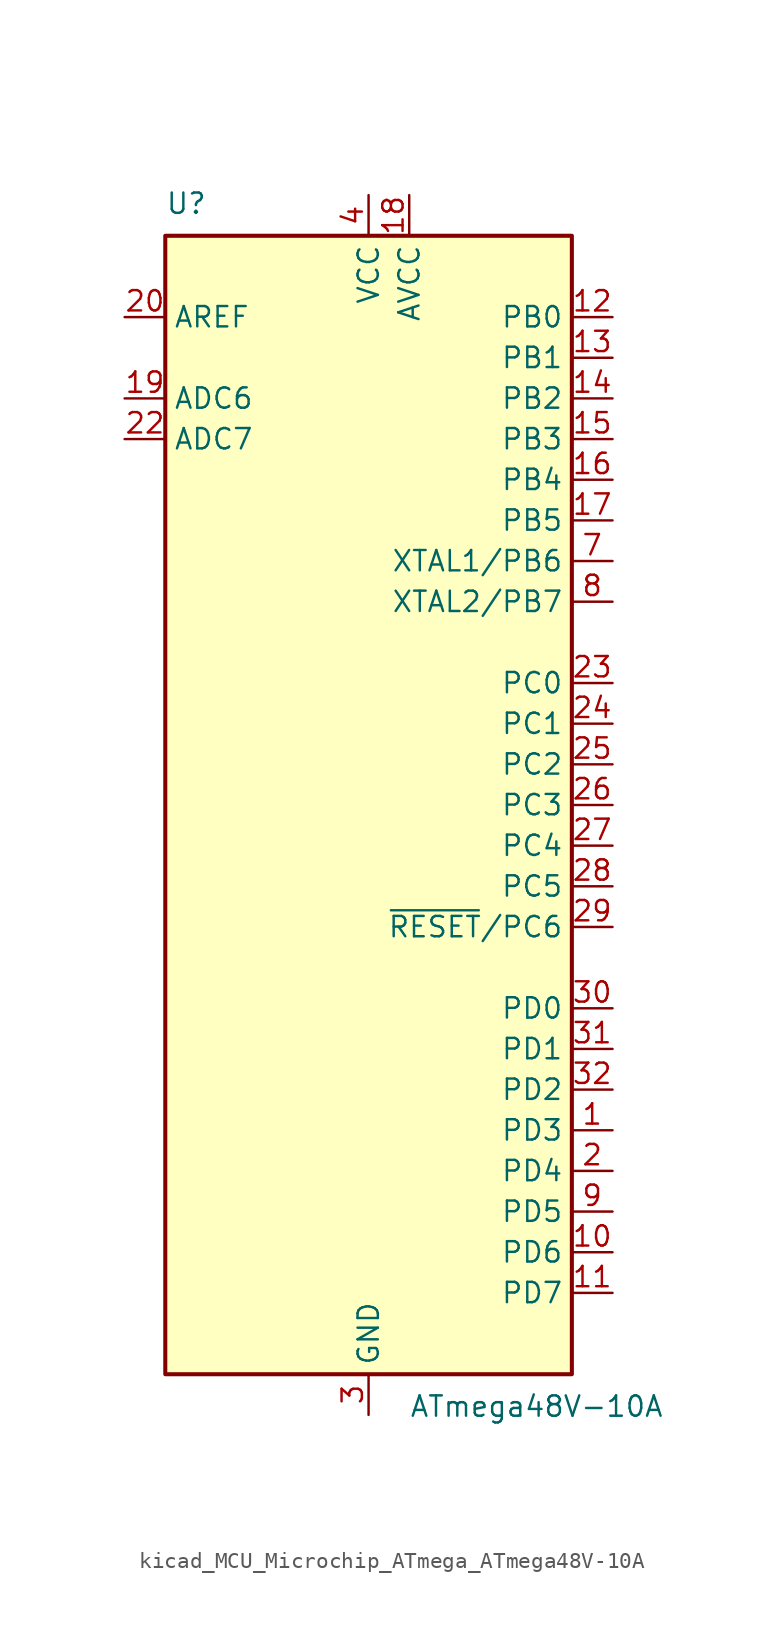
<source format=kicad_sym>
(kicad_symbol_lib
  (version 20220914)
  (generator kicad_symbol_editor)
  (symbol "kicad_MCU_Microchip_ATmega_ATmega48V-10A"
    (property "Reference" "U"
      (at -12.7 36.83 0)
      (effects (font (size 1.27 1.27)) (justify left bottom)))
    (property "Value" "ATmega48V-10A"
      (at 2.54 -36.83 0)
      (effects (font (size 1.27 1.27)) (justify left top)))
    (symbol "kicad_MCU_Microchip_ATmega_ATmega48V-10A_0_1"
      (rectangle (start -12.7 -35.56) (end 12.7 35.56) (stroke (width 0.254) (type default)) (fill (type background))))
    (symbol "kicad_MCU_Microchip_ATmega_ATmega48V-10A_1_1"
      (pin bidirectional line (at 15.24 -20.32 180) (length 2.54) (name "PD3" (effects (font (size 1.27 1.27)))) (number "1" (effects (font (size 1.27 1.27)))))
      (pin bidirectional line (at 15.24 -27.94 180) (length 2.54) (name "PD6" (effects (font (size 1.27 1.27)))) (number "10" (effects (font (size 1.27 1.27)))))
      (pin bidirectional line (at 15.24 -30.48 180) (length 2.54) (name "PD7" (effects (font (size 1.27 1.27)))) (number "11" (effects (font (size 1.27 1.27)))))
      (pin bidirectional line (at 15.24 30.48 180) (length 2.54) (name "PB0" (effects (font (size 1.27 1.27)))) (number "12" (effects (font (size 1.27 1.27)))))
      (pin bidirectional line (at 15.24 27.94 180) (length 2.54) (name "PB1" (effects (font (size 1.27 1.27)))) (number "13" (effects (font (size 1.27 1.27)))))
      (pin bidirectional line (at 15.24 25.4 180) (length 2.54) (name "PB2" (effects (font (size 1.27 1.27)))) (number "14" (effects (font (size 1.27 1.27)))))
      (pin bidirectional line (at 15.24 22.86 180) (length 2.54) (name "PB3" (effects (font (size 1.27 1.27)))) (number "15" (effects (font (size 1.27 1.27)))))
      (pin bidirectional line (at 15.24 20.32 180) (length 2.54) (name "PB4" (effects (font (size 1.27 1.27)))) (number "16" (effects (font (size 1.27 1.27)))))
      (pin bidirectional line (at 15.24 17.78 180) (length 2.54) (name "PB5" (effects (font (size 1.27 1.27)))) (number "17" (effects (font (size 1.27 1.27)))))
      (pin power_in line (at 2.54 38.1 270) (length 2.54) (name "AVCC" (effects (font (size 1.27 1.27)))) (number "18" (effects (font (size 1.27 1.27)))))
      (pin input line (at -15.24 25.4 0) (length 2.54) (name "ADC6" (effects (font (size 1.27 1.27)))) (number "19" (effects (font (size 1.27 1.27)))))
      (pin bidirectional line (at 15.24 -22.86 180) (length 2.54) (name "PD4" (effects (font (size 1.27 1.27)))) (number "2" (effects (font (size 1.27 1.27)))))
      (pin passive line (at -15.24 30.48 0) (length 2.54) (name "AREF" (effects (font (size 1.27 1.27)))) (number "20" (effects (font (size 1.27 1.27)))))
      (pin passive line (at 0 -38.1 90) (length 2.54) hide (name "GND" (effects (font (size 1.27 1.27)))) (number "21" (effects (font (size 1.27 1.27)))))
      (pin input line (at -15.24 22.86 0) (length 2.54) (name "ADC7" (effects (font (size 1.27 1.27)))) (number "22" (effects (font (size 1.27 1.27)))))
      (pin bidirectional line (at 15.24 7.62 180) (length 2.54) (name "PC0" (effects (font (size 1.27 1.27)))) (number "23" (effects (font (size 1.27 1.27)))))
      (pin bidirectional line (at 15.24 5.08 180) (length 2.54) (name "PC1" (effects (font (size 1.27 1.27)))) (number "24" (effects (font (size 1.27 1.27)))))
      (pin bidirectional line (at 15.24 2.54 180) (length 2.54) (name "PC2" (effects (font (size 1.27 1.27)))) (number "25" (effects (font (size 1.27 1.27)))))
      (pin bidirectional line (at 15.24 0 180) (length 2.54) (name "PC3" (effects (font (size 1.27 1.27)))) (number "26" (effects (font (size 1.27 1.27)))))
      (pin bidirectional line (at 15.24 -2.54 180) (length 2.54) (name "PC4" (effects (font (size 1.27 1.27)))) (number "27" (effects (font (size 1.27 1.27)))))
      (pin bidirectional line (at 15.24 -5.08 180) (length 2.54) (name "PC5" (effects (font (size 1.27 1.27)))) (number "28" (effects (font (size 1.27 1.27)))))
      (pin bidirectional line (at 15.24 -7.62 180) (length 2.54) (name "~{RESET}/PC6" (effects (font (size 1.27 1.27)))) (number "29" (effects (font (size 1.27 1.27)))))
      (pin power_in line (at 0 -38.1 90) (length 2.54) (name "GND" (effects (font (size 1.27 1.27)))) (number "3" (effects (font (size 1.27 1.27)))))
      (pin bidirectional line (at 15.24 -12.7 180) (length 2.54) (name "PD0" (effects (font (size 1.27 1.27)))) (number "30" (effects (font (size 1.27 1.27)))))
      (pin bidirectional line (at 15.24 -15.24 180) (length 2.54) (name "PD1" (effects (font (size 1.27 1.27)))) (number "31" (effects (font (size 1.27 1.27)))))
      (pin bidirectional line (at 15.24 -17.78 180) (length 2.54) (name "PD2" (effects (font (size 1.27 1.27)))) (number "32" (effects (font (size 1.27 1.27)))))
      (pin power_in line (at 0 38.1 270) (length 2.54) (name "VCC" (effects (font (size 1.27 1.27)))) (number "4" (effects (font (size 1.27 1.27)))))
      (pin passive line (at 0 -38.1 90) (length 2.54) hide (name "GND" (effects (font (size 1.27 1.27)))) (number "5" (effects (font (size 1.27 1.27)))))
      (pin passive line (at 0 38.1 270) (length 2.54) hide (name "VCC" (effects (font (size 1.27 1.27)))) (number "6" (effects (font (size 1.27 1.27)))))
      (pin bidirectional line (at 15.24 15.24 180) (length 2.54) (name "XTAL1/PB6" (effects (font (size 1.27 1.27)))) (number "7" (effects (font (size 1.27 1.27)))))
      (pin bidirectional line (at 15.24 12.7 180) (length 2.54) (name "XTAL2/PB7" (effects (font (size 1.27 1.27)))) (number "8" (effects (font (size 1.27 1.27)))))
      (pin bidirectional line (at 15.24 -25.4 180) (length 2.54) (name "PD5" (effects (font (size 1.27 1.27)))) (number "9" (effects (font (size 1.27 1.27))))))))
</source>
